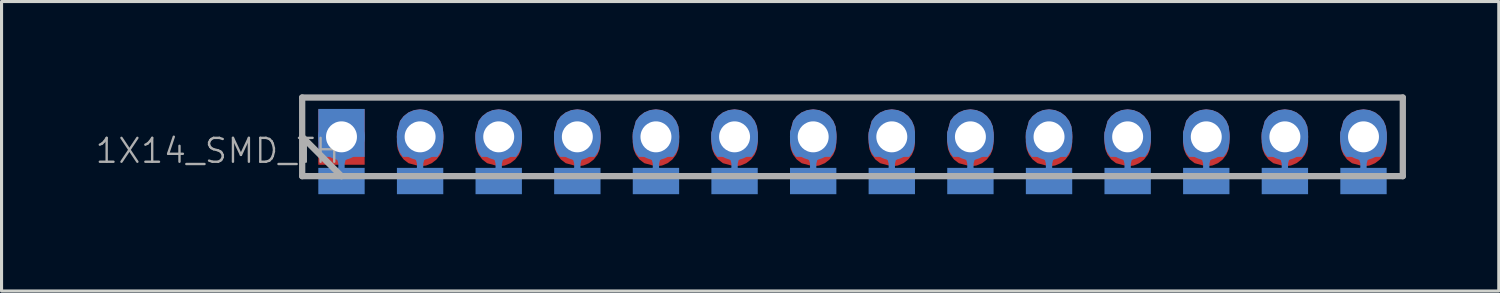
<source format=kicad_pcb>
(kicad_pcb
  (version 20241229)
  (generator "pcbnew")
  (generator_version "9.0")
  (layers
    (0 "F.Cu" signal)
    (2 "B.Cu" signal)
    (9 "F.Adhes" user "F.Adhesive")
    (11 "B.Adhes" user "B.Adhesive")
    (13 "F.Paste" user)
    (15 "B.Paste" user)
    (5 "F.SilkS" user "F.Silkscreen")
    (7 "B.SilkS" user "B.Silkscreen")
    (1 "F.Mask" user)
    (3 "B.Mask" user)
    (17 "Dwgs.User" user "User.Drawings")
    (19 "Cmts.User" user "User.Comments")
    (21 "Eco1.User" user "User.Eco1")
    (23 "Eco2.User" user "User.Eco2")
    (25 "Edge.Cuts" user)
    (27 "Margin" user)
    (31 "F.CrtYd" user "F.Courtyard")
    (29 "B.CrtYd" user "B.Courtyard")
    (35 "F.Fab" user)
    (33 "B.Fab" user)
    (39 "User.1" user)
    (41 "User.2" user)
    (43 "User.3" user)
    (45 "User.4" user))
  (footprint "1X14_SMD_TH"
    (layer "F.Cu")
    (at 7.983 1.371)
    (property "Reference" "1X14_SMD_TH" (at 0 0 0) (layer "F.Fab") (effects (font (size 0.772 0.772) (thickness 0.077)) (justify right top)))
    (attr through_hole)
    (fp_poly (pts (xy 0 -0.889) (xy -0.749 -0.889) (xy -0.749 0.902) (xy 0.749 0.902) (xy 0.749 -0.889)) (stroke (width 0) (type solid)) (fill yes) (layer "F.Cu"))
    (fp_poly (pts (xy 2.54 -0.889) (xy 2.54 -0.889) (xy 2.346 -0.863) (xy 2.165 -0.789) (xy 2.01 -0.67) (xy 1.891 -0.514) (xy 1.791 -0.14) (xy 1.791 0) (xy 1.791 0.203) (xy 1.791 0.203) (xy 1.816 0.397) (xy 1.891 0.578) (xy 2.01 0.733) (xy 2.165 0.852) (xy 2.54 0.953) (xy 2.54 0.953) (xy 2.734 0.927) (xy 2.915 0.852) (xy 3.07 0.733) (xy 3.189 0.578) (xy 3.264 0.397) (xy 3.289 0.203) (xy 3.289 0) (xy 3.289 -0.14) (xy 3.289 -0.14) (xy 3.264 -0.334) (xy 3.189 -0.514) (xy 3.07 -0.67) (xy 2.915 -0.789) (xy 2.734 -0.863)) (stroke (width 0) (type solid)) (fill yes) (layer "F.Cu"))
    (fp_poly (pts (xy 5.08 -0.889) (xy 5.08 -0.889) (xy 4.886 -0.863) (xy 4.705 -0.789) (xy 4.55 -0.67) (xy 4.431 -0.514) (xy 4.331 -0.14) (xy 4.331 0) (xy 4.331 0.203) (xy 4.331 0.203) (xy 4.356 0.397) (xy 4.431 0.578) (xy 4.55 0.733) (xy 4.705 0.852) (xy 5.08 0.953) (xy 5.08 0.953) (xy 5.274 0.927) (xy 5.455 0.852) (xy 5.61 0.733) (xy 5.729 0.578) (xy 5.804 0.397) (xy 5.829 0.203) (xy 5.829 0) (xy 5.829 -0.14) (xy 5.829 -0.14) (xy 5.804 -0.334) (xy 5.729 -0.514) (xy 5.61 -0.67) (xy 5.455 -0.789) (xy 5.274 -0.863)) (stroke (width 0) (type solid)) (fill yes) (layer "F.Cu"))
    (fp_poly (pts (xy 7.62 -0.889) (xy 7.62 -0.889) (xy 7.426 -0.863) (xy 7.245 -0.789) (xy 7.09 -0.67) (xy 6.971 -0.514) (xy 6.871 -0.14) (xy 6.871 0) (xy 6.871 0.203) (xy 6.871 0.203) (xy 6.896 0.397) (xy 6.971 0.578) (xy 7.09 0.733) (xy 7.245 0.852) (xy 7.62 0.953) (xy 7.62 0.953) (xy 7.814 0.927) (xy 7.995 0.852) (xy 8.15 0.733) (xy 8.269 0.578) (xy 8.344 0.397) (xy 8.369 0.203) (xy 8.369 0) (xy 8.369 -0.14) (xy 8.369 -0.14) (xy 8.344 -0.334) (xy 8.269 -0.514) (xy 8.15 -0.67) (xy 7.995 -0.789) (xy 7.814 -0.863)) (stroke (width 0) (type solid)) (fill yes) (layer "F.Cu"))
    (fp_poly (pts (xy 10.16 -0.889) (xy 10.16 -0.889) (xy 9.966 -0.863) (xy 9.785 -0.789) (xy 9.63 -0.67) (xy 9.511 -0.514) (xy 9.411 -0.14) (xy 9.411 0) (xy 9.411 0.203) (xy 9.411 0.203) (xy 9.436 0.397) (xy 9.511 0.578) (xy 9.63 0.733) (xy 9.785 0.852) (xy 10.16 0.953) (xy 10.16 0.953) (xy 10.354 0.927) (xy 10.535 0.852) (xy 10.69 0.733) (xy 10.809 0.578) (xy 10.884 0.397) (xy 10.909 0.203) (xy 10.909 0) (xy 10.909 -0.14) (xy 10.909 -0.14) (xy 10.884 -0.334) (xy 10.809 -0.514) (xy 10.69 -0.67) (xy 10.535 -0.789) (xy 10.354 -0.863)) (stroke (width 0) (type solid)) (fill yes) (layer "F.Cu"))
    (fp_poly (pts (xy 12.7 -0.889) (xy 12.7 -0.889) (xy 12.506 -0.863) (xy 12.325 -0.789) (xy 12.17 -0.67) (xy 12.051 -0.514) (xy 11.951 -0.14) (xy 11.951 0) (xy 11.951 0.203) (xy 11.951 0.203) (xy 11.976 0.397) (xy 12.051 0.578) (xy 12.17 0.733) (xy 12.325 0.852) (xy 12.7 0.953) (xy 12.7 0.953) (xy 12.894 0.927) (xy 13.075 0.852) (xy 13.23 0.733) (xy 13.349 0.578) (xy 13.424 0.397) (xy 13.449 0.203) (xy 13.449 0) (xy 13.449 -0.14) (xy 13.449 -0.14) (xy 13.424 -0.334) (xy 13.349 -0.514) (xy 13.23 -0.67) (xy 13.075 -0.789) (xy 12.894 -0.863)) (stroke (width 0) (type solid)) (fill yes) (layer "F.Cu"))
    (fp_poly (pts (xy 15.24 -0.889) (xy 15.24 -0.889) (xy 15.046 -0.863) (xy 14.865 -0.789) (xy 14.71 -0.67) (xy 14.591 -0.514) (xy 14.491 -0.14) (xy 14.491 0) (xy 14.491 0.203) (xy 14.491 0.203) (xy 14.516 0.397) (xy 14.591 0.578) (xy 14.71 0.733) (xy 14.865 0.852) (xy 15.24 0.953) (xy 15.24 0.953) (xy 15.434 0.927) (xy 15.615 0.852) (xy 15.77 0.733) (xy 15.889 0.578) (xy 15.964 0.397) (xy 15.989 0.203) (xy 15.989 0) (xy 15.989 -0.14) (xy 15.989 -0.14) (xy 15.964 -0.334) (xy 15.889 -0.514) (xy 15.77 -0.67) (xy 15.615 -0.789) (xy 15.434 -0.863)) (stroke (width 0) (type solid)) (fill yes) (layer "F.Cu"))
    (fp_poly (pts (xy 17.78 -0.889) (xy 17.78 -0.889) (xy 17.586 -0.863) (xy 17.405 -0.789) (xy 17.25 -0.67) (xy 17.131 -0.514) (xy 17.031 -0.14) (xy 17.031 0) (xy 17.031 0.203) (xy 17.031 0.203) (xy 17.056 0.397) (xy 17.131 0.578) (xy 17.25 0.733) (xy 17.405 0.852) (xy 17.78 0.953) (xy 17.78 0.953) (xy 17.974 0.927) (xy 18.155 0.852) (xy 18.31 0.733) (xy 18.429 0.578) (xy 18.504 0.397) (xy 18.529 0.203) (xy 18.529 0) (xy 18.529 -0.14) (xy 18.529 -0.14) (xy 18.504 -0.334) (xy 18.429 -0.514) (xy 18.31 -0.67) (xy 18.155 -0.789) (xy 17.974 -0.863)) (stroke (width 0) (type solid)) (fill yes) (layer "F.Cu"))
    (fp_poly (pts (xy 20.32 -0.889) (xy 20.32 -0.889) (xy 20.126 -0.863) (xy 19.945 -0.789) (xy 19.79 -0.67) (xy 19.671 -0.514) (xy 19.571 -0.14) (xy 19.571 0) (xy 19.571 0.203) (xy 19.571 0.203) (xy 19.596 0.397) (xy 19.671 0.578) (xy 19.79 0.733) (xy 19.945 0.852) (xy 20.32 0.953) (xy 20.32 0.953) (xy 20.514 0.927) (xy 20.695 0.852) (xy 20.85 0.733) (xy 20.969 0.578) (xy 21.044 0.397) (xy 21.069 0.203) (xy 21.069 0) (xy 21.069 -0.14) (xy 21.069 -0.14) (xy 21.044 -0.334) (xy 20.969 -0.514) (xy 20.85 -0.67) (xy 20.695 -0.789) (xy 20.514 -0.863)) (stroke (width 0) (type solid)) (fill yes) (layer "F.Cu"))
    (fp_poly (pts (xy 22.86 -0.889) (xy 22.86 -0.889) (xy 22.666 -0.863) (xy 22.485 -0.789) (xy 22.33 -0.67) (xy 22.211 -0.514) (xy 22.111 -0.14) (xy 22.111 0) (xy 22.111 0.203) (xy 22.111 0.203) (xy 22.136 0.397) (xy 22.211 0.578) (xy 22.33 0.733) (xy 22.485 0.852) (xy 22.86 0.953) (xy 22.86 0.953) (xy 23.054 0.927) (xy 23.235 0.852) (xy 23.39 0.733) (xy 23.509 0.578) (xy 23.584 0.397) (xy 23.609 0.203) (xy 23.609 0) (xy 23.609 -0.14) (xy 23.609 -0.14) (xy 23.584 -0.334) (xy 23.509 -0.514) (xy 23.39 -0.67) (xy 23.235 -0.789) (xy 23.054 -0.863)) (stroke (width 0) (type solid)) (fill yes) (layer "F.Cu"))
    (fp_poly (pts (xy 25.4 -0.889) (xy 25.4 -0.889) (xy 25.206 -0.863) (xy 25.025 -0.789) (xy 24.87 -0.67) (xy 24.751 -0.514) (xy 24.651 -0.14) (xy 24.651 0) (xy 24.651 0.203) (xy 24.651 0.203) (xy 24.676 0.397) (xy 24.751 0.578) (xy 24.87 0.733) (xy 25.025 0.852) (xy 25.4 0.953) (xy 25.4 0.953) (xy 25.594 0.927) (xy 25.775 0.852) (xy 25.93 0.733) (xy 26.049 0.578) (xy 26.124 0.397) (xy 26.149 0.203) (xy 26.149 0) (xy 26.149 -0.14) (xy 26.149 -0.14) (xy 26.124 -0.334) (xy 26.049 -0.514) (xy 25.93 -0.67) (xy 25.775 -0.789) (xy 25.594 -0.863)) (stroke (width 0) (type solid)) (fill yes) (layer "F.Cu"))
    (fp_poly (pts (xy 27.94 -0.889) (xy 27.94 -0.889) (xy 27.746 -0.863) (xy 27.565 -0.789) (xy 27.41 -0.67) (xy 27.291 -0.514) (xy 27.191 -0.14) (xy 27.191 0) (xy 27.191 0.203) (xy 27.191 0.203) (xy 27.216 0.397) (xy 27.291 0.578) (xy 27.41 0.733) (xy 27.565 0.852) (xy 27.94 0.953) (xy 27.94 0.953) (xy 28.134 0.927) (xy 28.315 0.852) (xy 28.47 0.733) (xy 28.589 0.578) (xy 28.664 0.397) (xy 28.689 0.203) (xy 28.689 0) (xy 28.689 -0.14) (xy 28.689 -0.14) (xy 28.664 -0.334) (xy 28.589 -0.514) (xy 28.47 -0.67) (xy 28.315 -0.789) (xy 28.134 -0.863)) (stroke (width 0) (type solid)) (fill yes) (layer "F.Cu"))
    (fp_poly (pts (xy 30.48 -0.889) (xy 30.48 -0.889) (xy 30.286 -0.863) (xy 30.105 -0.789) (xy 29.95 -0.67) (xy 29.831 -0.514) (xy 29.731 -0.14) (xy 29.731 0) (xy 29.731 0.203) (xy 29.731 0.203) (xy 29.756 0.397) (xy 29.831 0.578) (xy 29.95 0.733) (xy 30.105 0.852) (xy 30.48 0.953) (xy 30.48 0.953) (xy 30.674 0.927) (xy 30.855 0.852) (xy 31.01 0.733) (xy 31.129 0.578) (xy 31.204 0.397) (xy 31.229 0.203) (xy 31.229 0) (xy 31.229 -0.14) (xy 31.229 -0.14) (xy 31.204 -0.334) (xy 31.129 -0.514) (xy 31.01 -0.67) (xy 30.855 -0.789) (xy 30.674 -0.863)) (stroke (width 0) (type solid)) (fill yes) (layer "F.Cu"))
    (fp_poly (pts (xy 33.02 -0.889) (xy 33.02 -0.889) (xy 32.826 -0.863) (xy 32.645 -0.789) (xy 32.49 -0.67) (xy 32.371 -0.514) (xy 32.271 -0.14) (xy 32.271 0) (xy 32.271 0.203) (xy 32.271 0.203) (xy 32.296 0.397) (xy 32.371 0.578) (xy 32.49 0.733) (xy 32.645 0.852) (xy 33.02 0.953) (xy 33.02 0.953) (xy 33.214 0.927) (xy 33.395 0.852) (xy 33.55 0.733) (xy 33.669 0.578) (xy 33.744 0.397) (xy 33.769 0.203) (xy 33.769 0) (xy 33.769 -0.14) (xy 33.769 -0.14) (xy 33.744 -0.334) (xy 33.669 -0.514) (xy 33.55 -0.67) (xy 33.395 -0.789) (xy 33.214 -0.863)) (stroke (width 0) (type solid)) (fill yes) (layer "F.Cu"))
    (fp_poly (pts (xy -0.876 -1.029) (xy 0.876 -1.029) (xy 0.876 1.029) (xy -0.876 1.029)) (stroke (width 0) (type solid)) (fill yes) (layer "F.Mask"))
    (fp_poly (pts (xy 1.664 0.14) (xy 1.664 -0.127) (xy 1.664 -0.127) (xy 1.692 -0.356) (xy 1.779 -0.569) (xy 1.918 -0.753) (xy 2.1 -0.895) (xy 2.54 -1.016) (xy 2.54 -1.016) (xy 2.768 -0.984) (xy 2.98 -0.895) (xy 3.162 -0.753) (xy 3.301 -0.569) (xy 3.388 -0.356) (xy 3.416 -0.127) (xy 3.416 0.14) (xy 3.416 0.14) (xy 3.386 0.367) (xy 3.299 0.578) (xy 3.16 0.759) (xy 2.978 0.899) (xy 2.767 0.986) (xy 2.54 1.016) (xy 2.54 1.016) (xy 2.313 0.986) (xy 2.102 0.899) (xy 1.92 0.759) (xy 1.781 0.578)) (stroke (width 0) (type solid)) (fill yes) (layer "F.Mask"))
    (fp_poly (pts (xy 4.204 0.14) (xy 4.204 -0.127) (xy 4.204 -0.127) (xy 4.232 -0.356) (xy 4.319 -0.569) (xy 4.458 -0.753) (xy 4.64 -0.895) (xy 5.08 -1.016) (xy 5.08 -1.016) (xy 5.308 -0.984) (xy 5.52 -0.895) (xy 5.702 -0.753) (xy 5.841 -0.569) (xy 5.928 -0.356) (xy 5.956 -0.127) (xy 5.956 0.14) (xy 5.956 0.14) (xy 5.926 0.367) (xy 5.839 0.578) (xy 5.7 0.759) (xy 5.518 0.899) (xy 5.307 0.986) (xy 5.08 1.016) (xy 5.08 1.016) (xy 4.853 0.986) (xy 4.642 0.899) (xy 4.46 0.759) (xy 4.321 0.578)) (stroke (width 0) (type solid)) (fill yes) (layer "F.Mask"))
    (fp_poly (pts (xy 6.744 0.14) (xy 6.744 -0.127) (xy 6.744 -0.127) (xy 6.772 -0.356) (xy 6.859 -0.569) (xy 6.998 -0.753) (xy 7.18 -0.895) (xy 7.62 -1.016) (xy 7.62 -1.016) (xy 7.848 -0.984) (xy 8.06 -0.895) (xy 8.242 -0.753) (xy 8.381 -0.569) (xy 8.468 -0.356) (xy 8.496 -0.127) (xy 8.496 0.14) (xy 8.496 0.14) (xy 8.466 0.367) (xy 8.379 0.578) (xy 8.24 0.759) (xy 8.058 0.899) (xy 7.847 0.986) (xy 7.62 1.016) (xy 7.62 1.016) (xy 7.393 0.986) (xy 7.182 0.899) (xy 7 0.759) (xy 6.861 0.578)) (stroke (width 0) (type solid)) (fill yes) (layer "F.Mask"))
    (fp_poly (pts (xy 9.284 0.14) (xy 9.284 -0.127) (xy 9.284 -0.127) (xy 9.312 -0.356) (xy 9.399 -0.569) (xy 9.538 -0.753) (xy 9.72 -0.895) (xy 10.16 -1.016) (xy 10.16 -1.016) (xy 10.388 -0.984) (xy 10.6 -0.895) (xy 10.782 -0.753) (xy 10.921 -0.569) (xy 11.008 -0.356) (xy 11.036 -0.127) (xy 11.036 0.14) (xy 11.036 0.14) (xy 11.006 0.367) (xy 10.919 0.578) (xy 10.78 0.759) (xy 10.598 0.899) (xy 10.387 0.986) (xy 10.16 1.016) (xy 10.16 1.016) (xy 9.933 0.986) (xy 9.722 0.899) (xy 9.54 0.759) (xy 9.401 0.578)) (stroke (width 0) (type solid)) (fill yes) (layer "F.Mask"))
    (fp_poly (pts (xy 11.824 0.14) (xy 11.824 -0.127) (xy 11.824 -0.127) (xy 11.852 -0.356) (xy 11.939 -0.569) (xy 12.078 -0.753) (xy 12.26 -0.895) (xy 12.7 -1.016) (xy 12.7 -1.016) (xy 12.928 -0.984) (xy 13.14 -0.895) (xy 13.322 -0.753) (xy 13.461 -0.569) (xy 13.548 -0.356) (xy 13.576 -0.127) (xy 13.576 0.14) (xy 13.576 0.14) (xy 13.546 0.367) (xy 13.459 0.578) (xy 13.32 0.759) (xy 13.138 0.899) (xy 12.927 0.986) (xy 12.7 1.016) (xy 12.7 1.016) (xy 12.473 0.986) (xy 12.262 0.899) (xy 12.08 0.759) (xy 11.941 0.578)) (stroke (width 0) (type solid)) (fill yes) (layer "F.Mask"))
    (fp_poly (pts (xy 14.364 0.14) (xy 14.364 -0.127) (xy 14.364 -0.127) (xy 14.392 -0.356) (xy 14.479 -0.569) (xy 14.618 -0.753) (xy 14.8 -0.895) (xy 15.24 -1.016) (xy 15.24 -1.016) (xy 15.468 -0.984) (xy 15.68 -0.895) (xy 15.862 -0.753) (xy 16.001 -0.569) (xy 16.088 -0.356) (xy 16.116 -0.127) (xy 16.116 0.14) (xy 16.116 0.14) (xy 16.086 0.367) (xy 15.999 0.578) (xy 15.86 0.759) (xy 15.678 0.899) (xy 15.467 0.986) (xy 15.24 1.016) (xy 15.24 1.016) (xy 15.013 0.986) (xy 14.802 0.899) (xy 14.62 0.759) (xy 14.481 0.578)) (stroke (width 0) (type solid)) (fill yes) (layer "F.Mask"))
    (fp_poly (pts (xy 16.904 0.14) (xy 16.904 -0.127) (xy 16.904 -0.127) (xy 16.932 -0.356) (xy 17.019 -0.569) (xy 17.158 -0.753) (xy 17.34 -0.895) (xy 17.78 -1.016) (xy 17.78 -1.016) (xy 18.008 -0.984) (xy 18.22 -0.895) (xy 18.402 -0.753) (xy 18.541 -0.569) (xy 18.628 -0.356) (xy 18.656 -0.127) (xy 18.656 0.14) (xy 18.656 0.14) (xy 18.626 0.367) (xy 18.539 0.578) (xy 18.4 0.759) (xy 18.218 0.899) (xy 18.007 0.986) (xy 17.78 1.016) (xy 17.78 1.016) (xy 17.553 0.986) (xy 17.342 0.899) (xy 17.16 0.759) (xy 17.021 0.578)) (stroke (width 0) (type solid)) (fill yes) (layer "F.Mask"))
    (fp_poly (pts (xy 19.444 0.14) (xy 19.444 -0.127) (xy 19.444 -0.127) (xy 19.472 -0.356) (xy 19.559 -0.569) (xy 19.698 -0.753) (xy 19.88 -0.895) (xy 20.32 -1.016) (xy 20.32 -1.016) (xy 20.548 -0.984) (xy 20.76 -0.895) (xy 20.942 -0.753) (xy 21.081 -0.569) (xy 21.168 -0.356) (xy 21.196 -0.127) (xy 21.196 0.14) (xy 21.196 0.14) (xy 21.166 0.367) (xy 21.079 0.578) (xy 20.94 0.759) (xy 20.758 0.899) (xy 20.547 0.986) (xy 20.32 1.016) (xy 20.32 1.016) (xy 20.093 0.986) (xy 19.882 0.899) (xy 19.7 0.759) (xy 19.561 0.578)) (stroke (width 0) (type solid)) (fill yes) (layer "F.Mask"))
    (fp_poly (pts (xy 21.984 0.14) (xy 21.984 -0.127) (xy 21.984 -0.127) (xy 22.012 -0.356) (xy 22.099 -0.569) (xy 22.238 -0.753) (xy 22.42 -0.895) (xy 22.86 -1.016) (xy 22.86 -1.016) (xy 23.088 -0.984) (xy 23.3 -0.895) (xy 23.482 -0.753) (xy 23.621 -0.569) (xy 23.708 -0.356) (xy 23.736 -0.127) (xy 23.736 0.14) (xy 23.736 0.14) (xy 23.706 0.367) (xy 23.619 0.578) (xy 23.48 0.759) (xy 23.298 0.899) (xy 23.087 0.986) (xy 22.86 1.016) (xy 22.86 1.016) (xy 22.633 0.986) (xy 22.422 0.899) (xy 22.24 0.759) (xy 22.101 0.578)) (stroke (width 0) (type solid)) (fill yes) (layer "F.Mask"))
    (fp_poly (pts (xy 24.524 0.14) (xy 24.524 -0.127) (xy 24.524 -0.127) (xy 24.552 -0.356) (xy 24.639 -0.569) (xy 24.778 -0.753) (xy 24.96 -0.895) (xy 25.4 -1.016) (xy 25.4 -1.016) (xy 25.628 -0.984) (xy 25.84 -0.895) (xy 26.022 -0.753) (xy 26.161 -0.569) (xy 26.248 -0.356) (xy 26.276 -0.127) (xy 26.276 0.14) (xy 26.276 0.14) (xy 26.246 0.367) (xy 26.159 0.578) (xy 26.02 0.759) (xy 25.838 0.899) (xy 25.627 0.986) (xy 25.4 1.016) (xy 25.4 1.016) (xy 25.173 0.986) (xy 24.962 0.899) (xy 24.78 0.759) (xy 24.641 0.578)) (stroke (width 0) (type solid)) (fill yes) (layer "F.Mask"))
    (fp_poly (pts (xy 27.064 0.14) (xy 27.064 -0.127) (xy 27.064 -0.127) (xy 27.092 -0.356) (xy 27.179 -0.569) (xy 27.318 -0.753) (xy 27.5 -0.895) (xy 27.94 -1.016) (xy 27.94 -1.016) (xy 28.168 -0.984) (xy 28.38 -0.895) (xy 28.562 -0.753) (xy 28.701 -0.569) (xy 28.788 -0.356) (xy 28.816 -0.127) (xy 28.816 0.14) (xy 28.816 0.14) (xy 28.786 0.367) (xy 28.699 0.578) (xy 28.56 0.759) (xy 28.378 0.899) (xy 28.167 0.986) (xy 27.94 1.016) (xy 27.94 1.016) (xy 27.713 0.986) (xy 27.502 0.899) (xy 27.32 0.759) (xy 27.181 0.578)) (stroke (width 0) (type solid)) (fill yes) (layer "F.Mask"))
    (fp_poly (pts (xy 29.604 0.14) (xy 29.604 -0.127) (xy 29.604 -0.127) (xy 29.632 -0.356) (xy 29.719 -0.569) (xy 29.858 -0.753) (xy 30.04 -0.895) (xy 30.48 -1.016) (xy 30.48 -1.016) (xy 30.708 -0.984) (xy 30.92 -0.895) (xy 31.102 -0.753) (xy 31.241 -0.569) (xy 31.328 -0.356) (xy 31.356 -0.127) (xy 31.356 0.14) (xy 31.356 0.14) (xy 31.326 0.367) (xy 31.239 0.578) (xy 31.1 0.759) (xy 30.918 0.899) (xy 30.707 0.986) (xy 30.48 1.016) (xy 30.48 1.016) (xy 30.253 0.986) (xy 30.042 0.899) (xy 29.86 0.759) (xy 29.721 0.578)) (stroke (width 0) (type solid)) (fill yes) (layer "F.Mask"))
    (fp_poly (pts (xy 32.144 0.14) (xy 32.144 -0.127) (xy 32.144 -0.127) (xy 32.172 -0.356) (xy 32.259 -0.569) (xy 32.398 -0.753) (xy 32.58 -0.895) (xy 33.02 -1.016) (xy 33.02 -1.016) (xy 33.248 -0.984) (xy 33.46 -0.895) (xy 33.642 -0.753) (xy 33.781 -0.569) (xy 33.868 -0.356) (xy 33.896 -0.127) (xy 33.896 0.14) (xy 33.896 0.14) (xy 33.866 0.367) (xy 33.779 0.578) (xy 33.64 0.759) (xy 33.458 0.899) (xy 33.247 0.986) (xy 33.02 1.016) (xy 33.02 1.016) (xy 32.793 0.986) (xy 32.582 0.899) (xy 32.4 0.759) (xy 32.261 0.578)) (stroke (width 0) (type solid)) (fill yes) (layer "F.Mask"))
    (fp_poly (pts (xy -0.749 -0.902) (xy -0.749 0.648) (xy -0.318 0.648) (xy -0.21 0.677) (xy -0.131 0.756) (xy -0.102 0.864) (xy -0.102 0.991) (xy -0.114 1.003) (xy -0.749 1.003) (xy -0.749 1.854) (xy 0.749 1.854) (xy 0.749 1.003) (xy 0.102 1.003) (xy 0.102 0.864) (xy 0.131 0.756) (xy 0.21 0.677) (xy 0.318 0.648) (xy 0.749 0.648) (xy 0.749 -0.902)) (stroke (width 0) (type solid)) (fill yes) (layer "B.Cu"))
    (fp_poly (pts (xy 2.54 -0.889) (xy 2.54 -0.889) (xy 2.346 -0.863) (xy 2.165 -0.789) (xy 2.01 -0.67) (xy 1.891 -0.514) (xy 1.791 -0.14) (xy 1.791 0.165) (xy 1.816 0.318) (xy 1.867 0.483) (xy 1.981 0.648) (xy 2.223 0.648) (xy 2.33 0.677) (xy 2.409 0.756) (xy 2.438 0.864) (xy 2.438 0.991) (xy 2.426 1.003) (xy 1.791 1.003) (xy 1.791 1.854) (xy 3.289 1.854) (xy 3.289 1.003) (xy 2.642 1.003) (xy 2.642 0.864) (xy 2.671 0.756) (xy 2.75 0.677) (xy 2.857 0.648) (xy 3.099 0.648) (xy 3.213 0.483) (xy 3.264 0.318) (xy 3.289 0.165) (xy 3.289 0) (xy 3.289 -0.14) (xy 3.289 -0.14) (xy 3.264 -0.334) (xy 3.189 -0.514) (xy 3.07 -0.67) (xy 2.915 -0.789) (xy 2.734 -0.863)) (stroke (width 0) (type solid)) (fill yes) (layer "B.Cu"))
    (fp_poly (pts (xy 5.08 -0.889) (xy 5.08 -0.889) (xy 4.886 -0.863) (xy 4.705 -0.789) (xy 4.55 -0.67) (xy 4.431 -0.514) (xy 4.331 -0.14) (xy 4.331 0.165) (xy 4.356 0.318) (xy 4.407 0.483) (xy 4.521 0.648) (xy 4.763 0.648) (xy 4.87 0.677) (xy 4.949 0.756) (xy 4.978 0.864) (xy 4.978 0.991) (xy 4.966 1.003) (xy 4.331 1.003) (xy 4.331 1.854) (xy 5.829 1.854) (xy 5.829 1.003) (xy 5.182 1.003) (xy 5.182 0.864) (xy 5.211 0.756) (xy 5.29 0.677) (xy 5.397 0.648) (xy 5.639 0.648) (xy 5.753 0.483) (xy 5.804 0.318) (xy 5.829 0.165) (xy 5.829 0) (xy 5.829 -0.14) (xy 5.829 -0.14) (xy 5.804 -0.334) (xy 5.729 -0.514) (xy 5.61 -0.67) (xy 5.455 -0.789) (xy 5.274 -0.863)) (stroke (width 0) (type solid)) (fill yes) (layer "B.Cu"))
    (fp_poly (pts (xy 7.62 -0.889) (xy 7.62 -0.889) (xy 7.426 -0.863) (xy 7.245 -0.789) (xy 7.09 -0.67) (xy 6.971 -0.514) (xy 6.871 -0.14) (xy 6.871 0.165) (xy 6.896 0.318) (xy 6.947 0.483) (xy 7.061 0.648) (xy 7.303 0.648) (xy 7.41 0.677) (xy 7.489 0.756) (xy 7.518 0.864) (xy 7.518 0.991) (xy 7.506 1.003) (xy 6.871 1.003) (xy 6.871 1.854) (xy 8.369 1.854) (xy 8.369 1.003) (xy 7.722 1.003) (xy 7.722 0.864) (xy 7.751 0.756) (xy 7.83 0.677) (xy 7.938 0.648) (xy 8.179 0.648) (xy 8.293 0.483) (xy 8.344 0.318) (xy 8.369 0.165) (xy 8.369 0) (xy 8.369 -0.14) (xy 8.369 -0.14) (xy 8.344 -0.334) (xy 8.269 -0.514) (xy 8.15 -0.67) (xy 7.995 -0.789) (xy 7.814 -0.863)) (stroke (width 0) (type solid)) (fill yes) (layer "B.Cu"))
    (fp_poly (pts (xy 10.16 -0.889) (xy 10.16 -0.889) (xy 9.966 -0.863) (xy 9.785 -0.789) (xy 9.63 -0.67) (xy 9.511 -0.514) (xy 9.411 -0.14) (xy 9.411 0.165) (xy 9.436 0.318) (xy 9.487 0.483) (xy 9.601 0.648) (xy 9.842 0.648) (xy 9.95 0.677) (xy 10.029 0.756) (xy 10.058 0.864) (xy 10.058 0.991) (xy 10.046 1.003) (xy 9.411 1.003) (xy 9.411 1.854) (xy 10.909 1.854) (xy 10.909 1.003) (xy 10.262 1.003) (xy 10.262 0.864) (xy 10.291 0.756) (xy 10.37 0.677) (xy 10.477 0.648) (xy 10.719 0.648) (xy 10.833 0.483) (xy 10.884 0.318) (xy 10.909 0.165) (xy 10.909 0) (xy 10.909 -0.14) (xy 10.909 -0.14) (xy 10.884 -0.334) (xy 10.809 -0.514) (xy 10.69 -0.67) (xy 10.535 -0.789) (xy 10.354 -0.863)) (stroke (width 0) (type solid)) (fill yes) (layer "B.Cu"))
    (fp_poly (pts (xy 12.7 -0.889) (xy 12.7 -0.889) (xy 12.506 -0.863) (xy 12.325 -0.789) (xy 12.17 -0.67) (xy 12.051 -0.514) (xy 11.951 -0.14) (xy 11.951 0.165) (xy 11.976 0.318) (xy 12.027 0.483) (xy 12.141 0.648) (xy 12.383 0.648) (xy 12.49 0.677) (xy 12.569 0.756) (xy 12.598 0.864) (xy 12.598 0.991) (xy 12.586 1.003) (xy 11.951 1.003) (xy 11.951 1.854) (xy 13.449 1.854) (xy 13.449 1.003) (xy 12.802 1.003) (xy 12.802 0.864) (xy 12.831 0.756) (xy 12.91 0.677) (xy 13.018 0.648) (xy 13.259 0.648) (xy 13.373 0.483) (xy 13.424 0.318) (xy 13.449 0.165) (xy 13.449 0) (xy 13.449 -0.14) (xy 13.449 -0.14) (xy 13.424 -0.334) (xy 13.349 -0.514) (xy 13.23 -0.67) (xy 13.075 -0.789) (xy 12.894 -0.863)) (stroke (width 0) (type solid)) (fill yes) (layer "B.Cu"))
    (fp_poly (pts (xy 15.24 -0.889) (xy 15.24 -0.889) (xy 15.046 -0.863) (xy 14.865 -0.789) (xy 14.71 -0.67) (xy 14.591 -0.514) (xy 14.491 -0.14) (xy 14.491 0.165) (xy 14.516 0.318) (xy 14.567 0.483) (xy 14.681 0.648) (xy 14.922 0.648) (xy 15.03 0.677) (xy 15.109 0.756) (xy 15.138 0.864) (xy 15.138 0.991) (xy 15.126 1.003) (xy 14.491 1.003) (xy 14.491 1.854) (xy 15.989 1.854) (xy 15.989 1.003) (xy 15.342 1.003) (xy 15.342 0.864) (xy 15.371 0.756) (xy 15.45 0.677) (xy 15.557 0.648) (xy 15.799 0.648) (xy 15.913 0.483) (xy 15.964 0.318) (xy 15.989 0.165) (xy 15.989 0) (xy 15.989 -0.14) (xy 15.989 -0.14) (xy 15.964 -0.334) (xy 15.889 -0.514) (xy 15.77 -0.67) (xy 15.615 -0.789) (xy 15.434 -0.863)) (stroke (width 0) (type solid)) (fill yes) (layer "B.Cu"))
    (fp_poly (pts (xy 17.78 -0.889) (xy 17.78 -0.889) (xy 17.586 -0.863) (xy 17.405 -0.789) (xy 17.25 -0.67) (xy 17.131 -0.514) (xy 17.031 -0.14) (xy 17.031 0.165) (xy 17.056 0.318) (xy 17.107 0.483) (xy 17.221 0.648) (xy 17.462 0.648) (xy 17.57 0.677) (xy 17.649 0.756) (xy 17.678 0.864) (xy 17.678 0.991) (xy 17.666 1.003) (xy 17.031 1.003) (xy 17.031 1.854) (xy 18.529 1.854) (xy 18.529 1.003) (xy 17.882 1.003) (xy 17.882 0.864) (xy 17.911 0.756) (xy 17.99 0.677) (xy 18.098 0.648) (xy 18.339 0.648) (xy 18.453 0.483) (xy 18.504 0.318) (xy 18.529 0.165) (xy 18.529 0) (xy 18.529 -0.14) (xy 18.529 -0.14) (xy 18.504 -0.334) (xy 18.429 -0.514) (xy 18.31 -0.67) (xy 18.155 -0.789) (xy 17.974 -0.863)) (stroke (width 0) (type solid)) (fill yes) (layer "B.Cu"))
    (fp_poly (pts (xy 20.32 -0.889) (xy 20.32 -0.889) (xy 20.126 -0.863) (xy 19.945 -0.789) (xy 19.79 -0.67) (xy 19.671 -0.514) (xy 19.571 -0.14) (xy 19.571 0.165) (xy 19.596 0.318) (xy 19.647 0.483) (xy 19.761 0.648) (xy 20.003 0.648) (xy 20.11 0.677) (xy 20.189 0.756) (xy 20.218 0.864) (xy 20.218 0.991) (xy 20.206 1.003) (xy 19.571 1.003) (xy 19.571 1.854) (xy 21.069 1.854) (xy 21.069 1.003) (xy 20.422 1.003) (xy 20.422 0.864) (xy 20.451 0.756) (xy 20.53 0.677) (xy 20.637 0.648) (xy 20.879 0.648) (xy 20.993 0.483) (xy 21.044 0.318) (xy 21.069 0.165) (xy 21.069 0) (xy 21.069 -0.14) (xy 21.069 -0.14) (xy 21.044 -0.334) (xy 20.969 -0.514) (xy 20.85 -0.67) (xy 20.695 -0.789) (xy 20.514 -0.863)) (stroke (width 0) (type solid)) (fill yes) (layer "B.Cu"))
    (fp_poly (pts (xy 22.86 -0.889) (xy 22.86 -0.889) (xy 22.666 -0.863) (xy 22.485 -0.789) (xy 22.33 -0.67) (xy 22.211 -0.514) (xy 22.111 -0.14) (xy 22.111 0.165) (xy 22.136 0.318) (xy 22.187 0.483) (xy 22.301 0.648) (xy 22.543 0.648) (xy 22.65 0.677) (xy 22.729 0.756) (xy 22.758 0.864) (xy 22.758 0.991) (xy 22.746 1.003) (xy 22.111 1.003) (xy 22.111 1.854) (xy 23.609 1.854) (xy 23.609 1.003) (xy 22.962 1.003) (xy 22.962 0.864) (xy 22.991 0.756) (xy 23.07 0.677) (xy 23.177 0.648) (xy 23.419 0.648) (xy 23.533 0.483) (xy 23.584 0.318) (xy 23.609 0.165) (xy 23.609 0) (xy 23.609 -0.14) (xy 23.609 -0.14) (xy 23.584 -0.334) (xy 23.509 -0.514) (xy 23.39 -0.67) (xy 23.235 -0.789) (xy 23.054 -0.863)) (stroke (width 0) (type solid)) (fill yes) (layer "B.Cu"))
    (fp_poly (pts (xy 25.4 -0.889) (xy 25.4 -0.889) (xy 25.206 -0.863) (xy 25.025 -0.789) (xy 24.87 -0.67) (xy 24.751 -0.514) (xy 24.651 -0.14) (xy 24.651 0.165) (xy 24.676 0.318) (xy 24.727 0.483) (xy 24.841 0.648) (xy 25.082 0.648) (xy 25.19 0.677) (xy 25.269 0.756) (xy 25.298 0.864) (xy 25.298 0.991) (xy 25.286 1.003) (xy 24.651 1.003) (xy 24.651 1.854) (xy 26.149 1.854) (xy 26.149 1.003) (xy 25.502 1.003) (xy 25.502 0.864) (xy 25.531 0.756) (xy 25.61 0.677) (xy 25.718 0.648) (xy 25.959 0.648) (xy 26.073 0.483) (xy 26.124 0.318) (xy 26.149 0.165) (xy 26.149 0) (xy 26.149 -0.14) (xy 26.149 -0.14) (xy 26.124 -0.334) (xy 26.049 -0.514) (xy 25.93 -0.67) (xy 25.775 -0.789) (xy 25.594 -0.863)) (stroke (width 0) (type solid)) (fill yes) (layer "B.Cu"))
    (fp_poly (pts (xy 27.94 -0.889) (xy 27.94 -0.889) (xy 27.746 -0.863) (xy 27.565 -0.789) (xy 27.41 -0.67) (xy 27.291 -0.514) (xy 27.191 -0.14) (xy 27.191 0.165) (xy 27.216 0.318) (xy 27.267 0.483) (xy 27.381 0.648) (xy 27.622 0.648) (xy 27.73 0.677) (xy 27.809 0.756) (xy 27.838 0.864) (xy 27.838 0.991) (xy 27.826 1.003) (xy 27.191 1.003) (xy 27.191 1.854) (xy 28.689 1.854) (xy 28.689 1.003) (xy 28.042 1.003) (xy 28.042 0.864) (xy 28.071 0.756) (xy 28.15 0.677) (xy 28.258 0.648) (xy 28.499 0.648) (xy 28.613 0.483) (xy 28.664 0.318) (xy 28.689 0.165) (xy 28.689 0) (xy 28.689 -0.14) (xy 28.689 -0.14) (xy 28.664 -0.334) (xy 28.589 -0.514) (xy 28.47 -0.67) (xy 28.315 -0.789) (xy 28.134 -0.863)) (stroke (width 0) (type solid)) (fill yes) (layer "B.Cu"))
    (fp_poly (pts (xy 30.48 -0.889) (xy 30.48 -0.889) (xy 30.286 -0.863) (xy 30.105 -0.789) (xy 29.95 -0.67) (xy 29.831 -0.514) (xy 29.731 -0.14) (xy 29.731 0.165) (xy 29.756 0.318) (xy 29.807 0.483) (xy 29.921 0.648) (xy 30.163 0.648) (xy 30.27 0.677) (xy 30.349 0.756) (xy 30.378 0.864) (xy 30.378 0.991) (xy 30.366 1.003) (xy 29.731 1.003) (xy 29.731 1.854) (xy 31.229 1.854) (xy 31.229 1.003) (xy 30.582 1.003) (xy 30.582 0.864) (xy 30.611 0.756) (xy 30.69 0.677) (xy 30.797 0.648) (xy 31.039 0.648) (xy 31.153 0.483) (xy 31.204 0.318) (xy 31.229 0.165) (xy 31.229 0) (xy 31.229 -0.14) (xy 31.229 -0.14) (xy 31.204 -0.334) (xy 31.129 -0.514) (xy 31.01 -0.67) (xy 30.855 -0.789) (xy 30.674 -0.863)) (stroke (width 0) (type solid)) (fill yes) (layer "B.Cu"))
    (fp_poly (pts (xy 33.02 -0.889) (xy 33.02 -0.889) (xy 32.826 -0.863) (xy 32.645 -0.789) (xy 32.49 -0.67) (xy 32.371 -0.514) (xy 32.271 -0.14) (xy 32.271 0.165) (xy 32.296 0.318) (xy 32.347 0.483) (xy 32.461 0.648) (xy 32.703 0.648) (xy 32.81 0.677) (xy 32.889 0.756) (xy 32.918 0.864) (xy 32.918 0.991) (xy 32.906 1.003) (xy 32.271 1.003) (xy 32.271 1.854) (xy 33.769 1.854) (xy 33.769 1.003) (xy 33.122 1.003) (xy 33.122 0.864) (xy 33.151 0.756) (xy 33.23 0.677) (xy 33.337 0.648) (xy 33.579 0.648) (xy 33.693 0.483) (xy 33.744 0.318) (xy 33.769 0.165) (xy 33.769 0) (xy 33.769 -0.14) (xy 33.769 -0.14) (xy 33.744 -0.334) (xy 33.669 -0.514) (xy 33.55 -0.67) (xy 33.395 -0.789) (xy 33.214 -0.863)) (stroke (width 0) (type solid)) (fill yes) (layer "B.Cu"))
    (fp_poly (pts (xy -0.876 -1.029) (xy -0.876 0.775) (xy -0.356 0.775) (xy -0.33 0.775) (xy -0.229 0.876) (xy -0.749 0.876) (xy -0.876 1.003) (xy -0.876 1.854) (xy -0.749 1.981) (xy 0.749 1.981) (xy 0.876 1.854) (xy 0.876 1.003) (xy 0.749 0.876) (xy 0.229 0.876) (xy 0.33 0.775) (xy 0.356 0.775) (xy 0.876 0.775) (xy 0.876 -1.029)) (stroke (width 0) (type solid)) (fill yes) (layer "B.Mask"))
    (fp_poly (pts (xy 1.664 -0.152) (xy 1.664 -0.152) (xy 1.693 -0.376) (xy 1.779 -0.584) (xy 1.917 -0.763) (xy 2.095 -0.9) (xy 2.527 -1.016) (xy 2.54 -1.016) (xy 2.553 -1.016) (xy 2.553 -1.016) (xy 2.776 -0.987) (xy 2.985 -0.9) (xy 3.163 -0.763) (xy 3.301 -0.584) (xy 3.387 -0.376) (xy 3.416 -0.152) (xy 3.416 0.152) (xy 3.391 0.343) (xy 3.327 0.533) (xy 3.175 0.749) (xy 3.124 0.775) (xy 2.896 0.775) (xy 2.87 0.775) (xy 2.769 0.876) (xy 3.289 0.876) (xy 3.416 1.003) (xy 3.416 1.854) (xy 3.289 1.981) (xy 1.791 1.981) (xy 1.664 1.854) (xy 1.664 1.003) (xy 1.791 0.876) (xy 2.311 0.876) (xy 2.21 0.775) (xy 2.184 0.775) (xy 1.956 0.775) (xy 1.905 0.749) (xy 1.753 0.533) (xy 1.664 0.152)) (stroke (width 0) (type solid)) (fill yes) (layer "B.Mask"))
    (fp_poly (pts (xy 1.664 -0.152) (xy 1.664 -0.152) (xy 1.693 -0.376) (xy 1.779 -0.584) (xy 1.917 -0.763) (xy 2.095 -0.9) (xy 2.527 -1.016) (xy 2.54 -1.016) (xy 2.553 -1.016) (xy 2.553 -1.016) (xy 2.776 -0.987) (xy 2.985 -0.9) (xy 3.163 -0.763) (xy 3.301 -0.584) (xy 3.387 -0.376) (xy 3.416 -0.152) (xy 3.416 0.152) (xy 3.391 0.343) (xy 3.327 0.533) (xy 3.175 0.749) (xy 3.124 0.775) (xy 2.896 0.775) (xy 2.87 0.775) (xy 2.769 0.876) (xy 3.289 0.876) (xy 3.416 1.003) (xy 3.416 1.854) (xy 3.289 1.981) (xy 1.791 1.981) (xy 1.664 1.854) (xy 1.664 1.003) (xy 1.791 0.876) (xy 2.311 0.876) (xy 2.21 0.775) (xy 2.184 0.775) (xy 1.956 0.775) (xy 1.905 0.749) (xy 1.753 0.533) (xy 1.664 0.152)) (stroke (width 0) (type solid)) (fill yes) (layer "B.Mask"))
    (fp_poly (pts (xy 4.204 -0.152) (xy 4.204 -0.152) (xy 4.233 -0.376) (xy 4.319 -0.584) (xy 4.457 -0.763) (xy 4.636 -0.9) (xy 5.067 -1.016) (xy 5.08 -1.016) (xy 5.093 -1.016) (xy 5.093 -1.016) (xy 5.316 -0.987) (xy 5.524 -0.9) (xy 5.703 -0.763) (xy 5.841 -0.584) (xy 5.927 -0.376) (xy 5.956 -0.152) (xy 5.956 0.152) (xy 5.931 0.343) (xy 5.867 0.533) (xy 5.715 0.749) (xy 5.664 0.775) (xy 5.436 0.775) (xy 5.41 0.775) (xy 5.309 0.876) (xy 5.829 0.876) (xy 5.956 1.003) (xy 5.956 1.854) (xy 5.829 1.981) (xy 4.331 1.981) (xy 4.204 1.854) (xy 4.204 1.003) (xy 4.331 0.876) (xy 4.851 0.876) (xy 4.75 0.775) (xy 4.724 0.775) (xy 4.496 0.775) (xy 4.445 0.749) (xy 4.293 0.533) (xy 4.204 0.152)) (stroke (width 0) (type solid)) (fill yes) (layer "B.Mask"))
    (fp_poly (pts (xy 4.204 -0.152) (xy 4.204 -0.152) (xy 4.233 -0.376) (xy 4.319 -0.584) (xy 4.457 -0.763) (xy 4.636 -0.9) (xy 5.067 -1.016) (xy 5.08 -1.016) (xy 5.093 -1.016) (xy 5.093 -1.016) (xy 5.316 -0.987) (xy 5.524 -0.9) (xy 5.703 -0.763) (xy 5.841 -0.584) (xy 5.927 -0.376) (xy 5.956 -0.152) (xy 5.956 0.152) (xy 5.931 0.343) (xy 5.867 0.533) (xy 5.715 0.749) (xy 5.664 0.775) (xy 5.436 0.775) (xy 5.41 0.775) (xy 5.309 0.876) (xy 5.829 0.876) (xy 5.956 1.003) (xy 5.956 1.854) (xy 5.829 1.981) (xy 4.331 1.981) (xy 4.204 1.854) (xy 4.204 1.003) (xy 4.331 0.876) (xy 4.851 0.876) (xy 4.75 0.775) (xy 4.724 0.775) (xy 4.496 0.775) (xy 4.445 0.749) (xy 4.293 0.533) (xy 4.204 0.152)) (stroke (width 0) (type solid)) (fill yes) (layer "B.Mask"))
    (fp_poly (pts (xy 6.744 -0.152) (xy 6.744 -0.152) (xy 6.773 -0.376) (xy 6.859 -0.584) (xy 6.997 -0.763) (xy 7.176 -0.9) (xy 7.607 -1.016) (xy 7.62 -1.016) (xy 7.633 -1.016) (xy 7.633 -1.016) (xy 7.856 -0.987) (xy 8.065 -0.9) (xy 8.243 -0.763) (xy 8.381 -0.584) (xy 8.467 -0.376) (xy 8.496 -0.152) (xy 8.496 0.152) (xy 8.471 0.343) (xy 8.407 0.533) (xy 8.255 0.749) (xy 8.204 0.775) (xy 7.976 0.775) (xy 7.95 0.775) (xy 7.849 0.876) (xy 8.369 0.876) (xy 8.496 1.003) (xy 8.496 1.854) (xy 8.369 1.981) (xy 6.871 1.981) (xy 6.744 1.854) (xy 6.744 1.003) (xy 6.871 0.876) (xy 7.391 0.876) (xy 7.29 0.775) (xy 7.264 0.775) (xy 7.036 0.775) (xy 6.985 0.749) (xy 6.833 0.533) (xy 6.744 0.152)) (stroke (width 0) (type solid)) (fill yes) (layer "B.Mask"))
    (fp_poly (pts (xy 6.744 -0.152) (xy 6.744 -0.152) (xy 6.773 -0.376) (xy 6.859 -0.584) (xy 6.997 -0.763) (xy 7.176 -0.9) (xy 7.607 -1.016) (xy 7.62 -1.016) (xy 7.633 -1.016) (xy 7.633 -1.016) (xy 7.856 -0.987) (xy 8.065 -0.9) (xy 8.243 -0.763) (xy 8.381 -0.584) (xy 8.467 -0.376) (xy 8.496 -0.152) (xy 8.496 0.152) (xy 8.471 0.343) (xy 8.407 0.533) (xy 8.255 0.749) (xy 8.204 0.775) (xy 7.976 0.775) (xy 7.95 0.775) (xy 7.849 0.876) (xy 8.369 0.876) (xy 8.496 1.003) (xy 8.496 1.854) (xy 8.369 1.981) (xy 6.871 1.981) (xy 6.744 1.854) (xy 6.744 1.003) (xy 6.871 0.876) (xy 7.391 0.876) (xy 7.29 0.775) (xy 7.264 0.775) (xy 7.036 0.775) (xy 6.985 0.749) (xy 6.833 0.533) (xy 6.744 0.152)) (stroke (width 0) (type solid)) (fill yes) (layer "B.Mask"))
    (fp_poly (pts (xy 9.284 -0.152) (xy 9.284 -0.152) (xy 9.313 -0.376) (xy 9.399 -0.584) (xy 9.537 -0.763) (xy 9.716 -0.9) (xy 10.147 -1.016) (xy 10.16 -1.016) (xy 10.173 -1.016) (xy 10.173 -1.016) (xy 10.396 -0.987) (xy 10.604 -0.9) (xy 10.783 -0.763) (xy 10.921 -0.584) (xy 11.007 -0.376) (xy 11.036 -0.152) (xy 11.036 0.152) (xy 11.011 0.343) (xy 10.947 0.533) (xy 10.795 0.749) (xy 10.744 0.775) (xy 10.516 0.775) (xy 10.49 0.775) (xy 10.389 0.876) (xy 10.909 0.876) (xy 11.036 1.003) (xy 11.036 1.854) (xy 10.909 1.981) (xy 9.411 1.981) (xy 9.284 1.854) (xy 9.284 1.003) (xy 9.411 0.876) (xy 9.931 0.876) (xy 9.83 0.775) (xy 9.804 0.775) (xy 9.576 0.775) (xy 9.525 0.749) (xy 9.373 0.533) (xy 9.284 0.152)) (stroke (width 0) (type solid)) (fill yes) (layer "B.Mask"))
    (fp_poly (pts (xy 9.284 -0.152) (xy 9.284 -0.152) (xy 9.313 -0.376) (xy 9.399 -0.584) (xy 9.537 -0.763) (xy 9.716 -0.9) (xy 10.147 -1.016) (xy 10.16 -1.016) (xy 10.173 -1.016) (xy 10.173 -1.016) (xy 10.396 -0.987) (xy 10.604 -0.9) (xy 10.783 -0.763) (xy 10.921 -0.584) (xy 11.007 -0.376) (xy 11.036 -0.152) (xy 11.036 0.152) (xy 11.011 0.343) (xy 10.947 0.533) (xy 10.795 0.749) (xy 10.744 0.775) (xy 10.516 0.775) (xy 10.49 0.775) (xy 10.389 0.876) (xy 10.909 0.876) (xy 11.036 1.003) (xy 11.036 1.854) (xy 10.909 1.981) (xy 9.411 1.981) (xy 9.284 1.854) (xy 9.284 1.003) (xy 9.411 0.876) (xy 9.931 0.876) (xy 9.83 0.775) (xy 9.804 0.775) (xy 9.576 0.775) (xy 9.525 0.749) (xy 9.373 0.533) (xy 9.284 0.152)) (stroke (width 0) (type solid)) (fill yes) (layer "B.Mask"))
    (fp_poly (pts (xy 11.824 -0.152) (xy 11.824 -0.152) (xy 11.853 -0.376) (xy 11.939 -0.584) (xy 12.077 -0.763) (xy 12.255 -0.9) (xy 12.687 -1.016) (xy 12.7 -1.016) (xy 12.713 -1.016) (xy 12.713 -1.016) (xy 12.936 -0.987) (xy 13.145 -0.9) (xy 13.323 -0.763) (xy 13.461 -0.584) (xy 13.547 -0.376) (xy 13.576 -0.152) (xy 13.576 0.152) (xy 13.551 0.343) (xy 13.487 0.533) (xy 13.335 0.749) (xy 13.284 0.775) (xy 13.056 0.775) (xy 13.03 0.775) (xy 12.929 0.876) (xy 13.449 0.876) (xy 13.576 1.003) (xy 13.576 1.854) (xy 13.449 1.981) (xy 11.951 1.981) (xy 11.824 1.854) (xy 11.824 1.003) (xy 11.951 0.876) (xy 12.471 0.876) (xy 12.37 0.775) (xy 12.344 0.775) (xy 12.116 0.775) (xy 12.065 0.749) (xy 11.913 0.533) (xy 11.824 0.152)) (stroke (width 0) (type solid)) (fill yes) (layer "B.Mask"))
    (fp_poly (pts (xy 11.824 -0.152) (xy 11.824 -0.152) (xy 11.853 -0.376) (xy 11.939 -0.584) (xy 12.077 -0.763) (xy 12.255 -0.9) (xy 12.687 -1.016) (xy 12.7 -1.016) (xy 12.713 -1.016) (xy 12.713 -1.016) (xy 12.936 -0.987) (xy 13.145 -0.9) (xy 13.323 -0.763) (xy 13.461 -0.584) (xy 13.547 -0.376) (xy 13.576 -0.152) (xy 13.576 0.152) (xy 13.551 0.343) (xy 13.487 0.533) (xy 13.335 0.749) (xy 13.284 0.775) (xy 13.056 0.775) (xy 13.03 0.775) (xy 12.929 0.876) (xy 13.449 0.876) (xy 13.576 1.003) (xy 13.576 1.854) (xy 13.449 1.981) (xy 11.951 1.981) (xy 11.824 1.854) (xy 11.824 1.003) (xy 11.951 0.876) (xy 12.471 0.876) (xy 12.37 0.775) (xy 12.344 0.775) (xy 12.116 0.775) (xy 12.065 0.749) (xy 11.913 0.533) (xy 11.824 0.152)) (stroke (width 0) (type solid)) (fill yes) (layer "B.Mask"))
    (fp_poly (pts (xy 14.364 -0.152) (xy 14.364 -0.152) (xy 14.393 -0.376) (xy 14.479 -0.584) (xy 14.617 -0.763) (xy 14.796 -0.9) (xy 15.227 -1.016) (xy 15.24 -1.016) (xy 15.253 -1.016) (xy 15.253 -1.016) (xy 15.476 -0.987) (xy 15.684 -0.9) (xy 15.863 -0.763) (xy 16.001 -0.584) (xy 16.087 -0.376) (xy 16.116 -0.152) (xy 16.116 0.152) (xy 16.091 0.343) (xy 16.027 0.533) (xy 15.875 0.749) (xy 15.824 0.775) (xy 15.596 0.775) (xy 15.57 0.775) (xy 15.469 0.876) (xy 15.989 0.876) (xy 16.116 1.003) (xy 16.116 1.854) (xy 15.989 1.981) (xy 14.491 1.981) (xy 14.364 1.854) (xy 14.364 1.003) (xy 14.491 0.876) (xy 15.011 0.876) (xy 14.91 0.775) (xy 14.884 0.775) (xy 14.656 0.775) (xy 14.605 0.749) (xy 14.453 0.533) (xy 14.364 0.152)) (stroke (width 0) (type solid)) (fill yes) (layer "B.Mask"))
    (fp_poly (pts (xy 14.364 -0.152) (xy 14.364 -0.152) (xy 14.393 -0.376) (xy 14.479 -0.584) (xy 14.617 -0.763) (xy 14.796 -0.9) (xy 15.227 -1.016) (xy 15.24 -1.016) (xy 15.253 -1.016) (xy 15.253 -1.016) (xy 15.476 -0.987) (xy 15.684 -0.9) (xy 15.863 -0.763) (xy 16.001 -0.584) (xy 16.087 -0.376) (xy 16.116 -0.152) (xy 16.116 0.152) (xy 16.091 0.343) (xy 16.027 0.533) (xy 15.875 0.749) (xy 15.824 0.775) (xy 15.596 0.775) (xy 15.57 0.775) (xy 15.469 0.876) (xy 15.989 0.876) (xy 16.116 1.003) (xy 16.116 1.854) (xy 15.989 1.981) (xy 14.491 1.981) (xy 14.364 1.854) (xy 14.364 1.003) (xy 14.491 0.876) (xy 15.011 0.876) (xy 14.91 0.775) (xy 14.884 0.775) (xy 14.656 0.775) (xy 14.605 0.749) (xy 14.453 0.533) (xy 14.364 0.152)) (stroke (width 0) (type solid)) (fill yes) (layer "B.Mask"))
    (fp_poly (pts (xy 16.904 -0.152) (xy 16.904 -0.152) (xy 16.933 -0.376) (xy 17.019 -0.584) (xy 17.157 -0.763) (xy 17.335 -0.9) (xy 17.767 -1.016) (xy 17.78 -1.016) (xy 17.793 -1.016) (xy 17.793 -1.016) (xy 18.016 -0.987) (xy 18.224 -0.9) (xy 18.403 -0.763) (xy 18.541 -0.584) (xy 18.627 -0.376) (xy 18.656 -0.152) (xy 18.656 0.152) (xy 18.631 0.343) (xy 18.567 0.533) (xy 18.415 0.749) (xy 18.364 0.775) (xy 18.136 0.775) (xy 18.11 0.775) (xy 18.009 0.876) (xy 18.529 0.876) (xy 18.656 1.003) (xy 18.656 1.854) (xy 18.529 1.981) (xy 17.031 1.981) (xy 16.904 1.854) (xy 16.904 1.003) (xy 17.031 0.876) (xy 17.551 0.876) (xy 17.45 0.775) (xy 17.424 0.775) (xy 17.196 0.775) (xy 17.145 0.749) (xy 16.993 0.533) (xy 16.904 0.152)) (stroke (width 0) (type solid)) (fill yes) (layer "B.Mask"))
    (fp_poly (pts (xy 16.904 -0.152) (xy 16.904 -0.152) (xy 16.933 -0.376) (xy 17.019 -0.584) (xy 17.157 -0.763) (xy 17.335 -0.9) (xy 17.767 -1.016) (xy 17.78 -1.016) (xy 17.793 -1.016) (xy 17.793 -1.016) (xy 18.016 -0.987) (xy 18.224 -0.9) (xy 18.403 -0.763) (xy 18.541 -0.584) (xy 18.627 -0.376) (xy 18.656 -0.152) (xy 18.656 0.152) (xy 18.631 0.343) (xy 18.567 0.533) (xy 18.415 0.749) (xy 18.364 0.775) (xy 18.136 0.775) (xy 18.11 0.775) (xy 18.009 0.876) (xy 18.529 0.876) (xy 18.656 1.003) (xy 18.656 1.854) (xy 18.529 1.981) (xy 17.031 1.981) (xy 16.904 1.854) (xy 16.904 1.003) (xy 17.031 0.876) (xy 17.551 0.876) (xy 17.45 0.775) (xy 17.424 0.775) (xy 17.196 0.775) (xy 17.145 0.749) (xy 16.993 0.533) (xy 16.904 0.152)) (stroke (width 0) (type solid)) (fill yes) (layer "B.Mask"))
    (fp_poly (pts (xy 19.444 -0.152) (xy 19.444 -0.152) (xy 19.473 -0.376) (xy 19.559 -0.584) (xy 19.697 -0.763) (xy 19.875 -0.9) (xy 20.307 -1.016) (xy 20.32 -1.016) (xy 20.333 -1.016) (xy 20.333 -1.016) (xy 20.556 -0.987) (xy 20.765 -0.9) (xy 20.943 -0.763) (xy 21.081 -0.584) (xy 21.167 -0.376) (xy 21.196 -0.152) (xy 21.196 0.152) (xy 21.171 0.343) (xy 21.107 0.533) (xy 20.955 0.749) (xy 20.904 0.775) (xy 20.676 0.775) (xy 20.65 0.775) (xy 20.549 0.876) (xy 21.069 0.876) (xy 21.196 1.003) (xy 21.196 1.854) (xy 21.069 1.981) (xy 19.571 1.981) (xy 19.444 1.854) (xy 19.444 1.003) (xy 19.571 0.876) (xy 20.091 0.876) (xy 19.99 0.775) (xy 19.964 0.775) (xy 19.736 0.775) (xy 19.685 0.749) (xy 19.533 0.533) (xy 19.444 0.152)) (stroke (width 0) (type solid)) (fill yes) (layer "B.Mask"))
    (fp_poly (pts (xy 19.444 -0.152) (xy 19.444 -0.152) (xy 19.473 -0.376) (xy 19.559 -0.584) (xy 19.697 -0.763) (xy 19.875 -0.9) (xy 20.307 -1.016) (xy 20.32 -1.016) (xy 20.333 -1.016) (xy 20.333 -1.016) (xy 20.556 -0.987) (xy 20.765 -0.9) (xy 20.943 -0.763) (xy 21.081 -0.584) (xy 21.167 -0.376) (xy 21.196 -0.152) (xy 21.196 0.152) (xy 21.171 0.343) (xy 21.107 0.533) (xy 20.955 0.749) (xy 20.904 0.775) (xy 20.676 0.775) (xy 20.65 0.775) (xy 20.549 0.876) (xy 21.069 0.876) (xy 21.196 1.003) (xy 21.196 1.854) (xy 21.069 1.981) (xy 19.571 1.981) (xy 19.444 1.854) (xy 19.444 1.003) (xy 19.571 0.876) (xy 20.091 0.876) (xy 19.99 0.775) (xy 19.964 0.775) (xy 19.736 0.775) (xy 19.685 0.749) (xy 19.533 0.533) (xy 19.444 0.152)) (stroke (width 0) (type solid)) (fill yes) (layer "B.Mask"))
    (fp_poly (pts (xy 21.984 -0.152) (xy 21.984 -0.152) (xy 22.013 -0.376) (xy 22.099 -0.584) (xy 22.237 -0.763) (xy 22.416 -0.9) (xy 22.847 -1.016) (xy 22.86 -1.016) (xy 22.873 -1.016) (xy 22.873 -1.016) (xy 23.096 -0.987) (xy 23.305 -0.9) (xy 23.483 -0.763) (xy 23.621 -0.584) (xy 23.707 -0.376) (xy 23.736 -0.152) (xy 23.736 0.152) (xy 23.711 0.343) (xy 23.647 0.533) (xy 23.495 0.749) (xy 23.444 0.775) (xy 23.216 0.775) (xy 23.19 0.775) (xy 23.089 0.876) (xy 23.609 0.876) (xy 23.736 1.003) (xy 23.736 1.854) (xy 23.609 1.981) (xy 22.111 1.981) (xy 21.984 1.854) (xy 21.984 1.003) (xy 22.111 0.876) (xy 22.631 0.876) (xy 22.53 0.775) (xy 22.504 0.775) (xy 22.276 0.775) (xy 22.225 0.749) (xy 22.073 0.533) (xy 21.984 0.152)) (stroke (width 0) (type solid)) (fill yes) (layer "B.Mask"))
    (fp_poly (pts (xy 21.984 -0.152) (xy 21.984 -0.152) (xy 22.013 -0.376) (xy 22.099 -0.584) (xy 22.237 -0.763) (xy 22.416 -0.9) (xy 22.847 -1.016) (xy 22.86 -1.016) (xy 22.873 -1.016) (xy 22.873 -1.016) (xy 23.096 -0.987) (xy 23.305 -0.9) (xy 23.483 -0.763) (xy 23.621 -0.584) (xy 23.707 -0.376) (xy 23.736 -0.152) (xy 23.736 0.152) (xy 23.711 0.343) (xy 23.647 0.533) (xy 23.495 0.749) (xy 23.444 0.775) (xy 23.216 0.775) (xy 23.19 0.775) (xy 23.089 0.876) (xy 23.609 0.876) (xy 23.736 1.003) (xy 23.736 1.854) (xy 23.609 1.981) (xy 22.111 1.981) (xy 21.984 1.854) (xy 21.984 1.003) (xy 22.111 0.876) (xy 22.631 0.876) (xy 22.53 0.775) (xy 22.504 0.775) (xy 22.276 0.775) (xy 22.225 0.749) (xy 22.073 0.533) (xy 21.984 0.152)) (stroke (width 0) (type solid)) (fill yes) (layer "B.Mask"))
    (fp_poly (pts (xy 24.524 -0.152) (xy 24.524 -0.152) (xy 24.553 -0.376) (xy 24.639 -0.584) (xy 24.777 -0.763) (xy 24.956 -0.9) (xy 25.387 -1.016) (xy 25.4 -1.016) (xy 25.413 -1.016) (xy 25.413 -1.016) (xy 25.636 -0.987) (xy 25.845 -0.9) (xy 26.023 -0.763) (xy 26.161 -0.584) (xy 26.247 -0.376) (xy 26.276 -0.152) (xy 26.276 0.152) (xy 26.251 0.343) (xy 26.187 0.533) (xy 26.035 0.749) (xy 25.984 0.775) (xy 25.756 0.775) (xy 25.73 0.775) (xy 25.629 0.876) (xy 26.149 0.876) (xy 26.276 1.003) (xy 26.276 1.854) (xy 26.149 1.981) (xy 24.651 1.981) (xy 24.524 1.854) (xy 24.524 1.003) (xy 24.651 0.876) (xy 25.171 0.876) (xy 25.07 0.775) (xy 25.044 0.775) (xy 24.816 0.775) (xy 24.765 0.749) (xy 24.613 0.533) (xy 24.524 0.152)) (stroke (width 0) (type solid)) (fill yes) (layer "B.Mask"))
    (fp_poly (pts (xy 24.524 -0.152) (xy 24.524 -0.152) (xy 24.553 -0.376) (xy 24.639 -0.584) (xy 24.777 -0.763) (xy 24.956 -0.9) (xy 25.387 -1.016) (xy 25.4 -1.016) (xy 25.413 -1.016) (xy 25.413 -1.016) (xy 25.636 -0.987) (xy 25.845 -0.9) (xy 26.023 -0.763) (xy 26.161 -0.584) (xy 26.247 -0.376) (xy 26.276 -0.152) (xy 26.276 0.152) (xy 26.251 0.343) (xy 26.187 0.533) (xy 26.035 0.749) (xy 25.984 0.775) (xy 25.756 0.775) (xy 25.73 0.775) (xy 25.629 0.876) (xy 26.149 0.876) (xy 26.276 1.003) (xy 26.276 1.854) (xy 26.149 1.981) (xy 24.651 1.981) (xy 24.524 1.854) (xy 24.524 1.003) (xy 24.651 0.876) (xy 25.171 0.876) (xy 25.07 0.775) (xy 25.044 0.775) (xy 24.816 0.775) (xy 24.765 0.749) (xy 24.613 0.533) (xy 24.524 0.152)) (stroke (width 0) (type solid)) (fill yes) (layer "B.Mask"))
    (fp_poly (pts (xy 27.064 -0.152) (xy 27.064 -0.152) (xy 27.093 -0.376) (xy 27.179 -0.584) (xy 27.317 -0.763) (xy 27.495 -0.9) (xy 27.927 -1.016) (xy 27.94 -1.016) (xy 27.953 -1.016) (xy 27.953 -1.016) (xy 28.176 -0.987) (xy 28.384 -0.9) (xy 28.563 -0.763) (xy 28.701 -0.584) (xy 28.787 -0.376) (xy 28.816 -0.152) (xy 28.816 0.152) (xy 28.791 0.343) (xy 28.727 0.533) (xy 28.575 0.749) (xy 28.524 0.775) (xy 28.296 0.775) (xy 28.27 0.775) (xy 28.169 0.876) (xy 28.689 0.876) (xy 28.816 1.003) (xy 28.816 1.854) (xy 28.689 1.981) (xy 27.191 1.981) (xy 27.064 1.854) (xy 27.064 1.003) (xy 27.191 0.876) (xy 27.711 0.876) (xy 27.61 0.775) (xy 27.584 0.775) (xy 27.356 0.775) (xy 27.305 0.749) (xy 27.153 0.533) (xy 27.064 0.152)) (stroke (width 0) (type solid)) (fill yes) (layer "B.Mask"))
    (fp_poly (pts (xy 27.064 -0.152) (xy 27.064 -0.152) (xy 27.093 -0.376) (xy 27.179 -0.584) (xy 27.317 -0.763) (xy 27.495 -0.9) (xy 27.927 -1.016) (xy 27.94 -1.016) (xy 27.953 -1.016) (xy 27.953 -1.016) (xy 28.176 -0.987) (xy 28.384 -0.9) (xy 28.563 -0.763) (xy 28.701 -0.584) (xy 28.787 -0.376) (xy 28.816 -0.152) (xy 28.816 0.152) (xy 28.791 0.343) (xy 28.727 0.533) (xy 28.575 0.749) (xy 28.524 0.775) (xy 28.296 0.775) (xy 28.27 0.775) (xy 28.169 0.876) (xy 28.689 0.876) (xy 28.816 1.003) (xy 28.816 1.854) (xy 28.689 1.981) (xy 27.191 1.981) (xy 27.064 1.854) (xy 27.064 1.003) (xy 27.191 0.876) (xy 27.711 0.876) (xy 27.61 0.775) (xy 27.584 0.775) (xy 27.356 0.775) (xy 27.305 0.749) (xy 27.153 0.533) (xy 27.064 0.152)) (stroke (width 0) (type solid)) (fill yes) (layer "B.Mask"))
    (fp_poly (pts (xy 29.604 -0.152) (xy 29.604 -0.152) (xy 29.633 -0.376) (xy 29.719 -0.584) (xy 29.857 -0.763) (xy 30.035 -0.9) (xy 30.467 -1.016) (xy 30.48 -1.016) (xy 30.493 -1.016) (xy 30.493 -1.016) (xy 30.716 -0.987) (xy 30.924 -0.9) (xy 31.103 -0.763) (xy 31.241 -0.584) (xy 31.327 -0.376) (xy 31.356 -0.152) (xy 31.356 0.152) (xy 31.331 0.343) (xy 31.267 0.533) (xy 31.115 0.749) (xy 31.064 0.775) (xy 30.836 0.775) (xy 30.81 0.775) (xy 30.709 0.876) (xy 31.229 0.876) (xy 31.356 1.003) (xy 31.356 1.854) (xy 31.229 1.981) (xy 29.731 1.981) (xy 29.604 1.854) (xy 29.604 1.003) (xy 29.731 0.876) (xy 30.251 0.876) (xy 30.15 0.775) (xy 30.124 0.775) (xy 29.896 0.775) (xy 29.845 0.749) (xy 29.693 0.533) (xy 29.604 0.152)) (stroke (width 0) (type solid)) (fill yes) (layer "B.Mask"))
    (fp_poly (pts (xy 29.604 -0.152) (xy 29.604 -0.152) (xy 29.633 -0.376) (xy 29.719 -0.584) (xy 29.857 -0.763) (xy 30.035 -0.9) (xy 30.467 -1.016) (xy 30.48 -1.016) (xy 30.493 -1.016) (xy 30.493 -1.016) (xy 30.716 -0.987) (xy 30.924 -0.9) (xy 31.103 -0.763) (xy 31.241 -0.584) (xy 31.327 -0.376) (xy 31.356 -0.152) (xy 31.356 0.152) (xy 31.331 0.343) (xy 31.267 0.533) (xy 31.115 0.749) (xy 31.064 0.775) (xy 30.836 0.775) (xy 30.81 0.775) (xy 30.709 0.876) (xy 31.229 0.876) (xy 31.356 1.003) (xy 31.356 1.854) (xy 31.229 1.981) (xy 29.731 1.981) (xy 29.604 1.854) (xy 29.604 1.003) (xy 29.731 0.876) (xy 30.251 0.876) (xy 30.15 0.775) (xy 30.124 0.775) (xy 29.896 0.775) (xy 29.845 0.749) (xy 29.693 0.533) (xy 29.604 0.152)) (stroke (width 0) (type solid)) (fill yes) (layer "B.Mask"))
    (fp_poly (pts (xy 32.144 -0.152) (xy 32.144 -0.152) (xy 32.173 -0.376) (xy 32.259 -0.584) (xy 32.397 -0.763) (xy 32.575 -0.9) (xy 33.007 -1.016) (xy 33.02 -1.016) (xy 33.033 -1.016) (xy 33.033 -1.016) (xy 33.256 -0.987) (xy 33.465 -0.9) (xy 33.643 -0.763) (xy 33.781 -0.584) (xy 33.867 -0.376) (xy 33.896 -0.152) (xy 33.896 0.152) (xy 33.871 0.343) (xy 33.807 0.533) (xy 33.655 0.749) (xy 33.604 0.775) (xy 33.376 0.775) (xy 33.35 0.775) (xy 33.249 0.876) (xy 33.769 0.876) (xy 33.896 1.003) (xy 33.896 1.854) (xy 33.769 1.981) (xy 32.271 1.981) (xy 32.144 1.854) (xy 32.144 1.003) (xy 32.271 0.876) (xy 32.791 0.876) (xy 32.69 0.775) (xy 32.664 0.775) (xy 32.436 0.775) (xy 32.385 0.749) (xy 32.233 0.533) (xy 32.144 0.152)) (stroke (width 0) (type solid)) (fill yes) (layer "B.Mask"))
    (fp_poly (pts (xy 32.144 -0.152) (xy 32.144 -0.152) (xy 32.173 -0.376) (xy 32.259 -0.584) (xy 32.397 -0.763) (xy 32.575 -0.9) (xy 33.007 -1.016) (xy 33.02 -1.016) (xy 33.033 -1.016) (xy 33.033 -1.016) (xy 33.256 -0.987) (xy 33.465 -0.9) (xy 33.643 -0.763) (xy 33.781 -0.584) (xy 33.867 -0.376) (xy 33.896 -0.152) (xy 33.896 0.152) (xy 33.871 0.343) (xy 33.807 0.533) (xy 33.655 0.749) (xy 33.604 0.775) (xy 33.376 0.775) (xy 33.35 0.775) (xy 33.249 0.876) (xy 33.769 0.876) (xy 33.896 1.003) (xy 33.896 1.854) (xy 33.769 1.981) (xy 32.271 1.981) (xy 32.144 1.854) (xy 32.144 1.003) (xy 32.271 0.876) (xy 32.791 0.876) (xy 32.69 0.775) (xy 32.664 0.775) (xy 32.436 0.775) (xy 32.385 0.749) (xy 32.233 0.533) (xy 32.144 0.152)) (stroke (width 0) (type solid)) (fill yes) (layer "B.Mask"))
    (fp_line (start 0 0.35) (end 0 -0.35) (stroke (width 0.05) (type solid)) (layer "Dwgs.User"))
    (fp_line (start 0.35 0) (end -0.35 0) (stroke (width 0.05) (type solid)) (layer "Dwgs.User"))
    (fp_circle (center 0 0) (end 0.25 0) (stroke (width 0.05) (type solid)) (fill no) (layer "Dwgs.User"))
    (fp_line (start -1.27 -1.27) (end -1.27 0) (stroke (width 0.203) (type solid)) (layer "F.Fab"))
    (fp_line (start -1.27 0) (end -1.27 1.27) (stroke (width 0.203) (type solid)) (layer "F.Fab"))
    (fp_line (start -1.27 1.27) (end 0 1.27) (stroke (width 0.203) (type solid)) (layer "F.Fab"))
    (fp_line (start 0 1.27) (end -1.27 0) (stroke (width 0.203) (type solid)) (layer "F.Fab"))
    (fp_line (start 0 1.27) (end 34.29 1.27) (stroke (width 0.203) (type solid)) (layer "F.Fab"))
    (fp_line (start 34.29 -1.27) (end -1.27 -1.27) (stroke (width 0.203) (type solid)) (layer "F.Fab"))
    (fp_line (start 34.29 1.27) (end 34.29 -1.27) (stroke (width 0.203) (type solid)) (layer "F.Fab"))
    (pad "1" thru_hole circle (at 0 0) (size 1.5 1.5) (drill 1) (layers "*.Cu" "*.Mask"))
    (pad "2" thru_hole circle (at 2.54 0) (size 1.5 1.5) (drill 1) (layers "*.Cu" "*.Mask"))
    (pad "3" thru_hole circle (at 5.08 0) (size 1.5 1.5) (drill 1) (layers "*.Cu" "*.Mask"))
    (pad "4" thru_hole circle (at 7.62 0) (size 1.5 1.5) (drill 1) (layers "*.Cu" "*.Mask"))
    (pad "5" thru_hole circle (at 10.16 0) (size 1.5 1.5) (drill 1) (layers "*.Cu" "*.Mask"))
    (pad "6" thru_hole circle (at 12.7 0) (size 1.5 1.5) (drill 1) (layers "*.Cu" "*.Mask"))
    (pad "7" thru_hole circle (at 15.24 0) (size 1.5 1.5) (drill 1) (layers "*.Cu" "*.Mask"))
    (pad "8" thru_hole circle (at 17.78 0) (size 1.5 1.5) (drill 1) (layers "*.Cu" "*.Mask"))
    (pad "9" thru_hole circle (at 20.32 0) (size 1.5 1.5) (drill 1) (layers "*.Cu" "*.Mask"))
    (pad "10" thru_hole circle (at 22.86 0) (size 1.5 1.5) (drill 1) (layers "*.Cu" "*.Mask"))
    (pad "11" thru_hole circle (at 25.4 0) (size 1.5 1.5) (drill 1) (layers "*.Cu" "*.Mask"))
    (pad "12" thru_hole circle (at 27.94 0) (size 1.5 1.5) (drill 1) (layers "*.Cu" "*.Mask"))
    (pad "13" thru_hole circle (at 30.48 0) (size 1.5 1.5) (drill 1) (layers "*.Cu" "*.Mask"))
    (pad "14" thru_hole circle (at 33.02 0) (size 1.5 1.5) (drill 1) (layers "*.Cu" "*.Mask")))
  (gr_rect
    (start -3 -3)
    (end 45.374 6.353)
    (stroke (width 0.1) (type default))
    (fill no)
    (layer "Edge.Cuts")))
</source>
